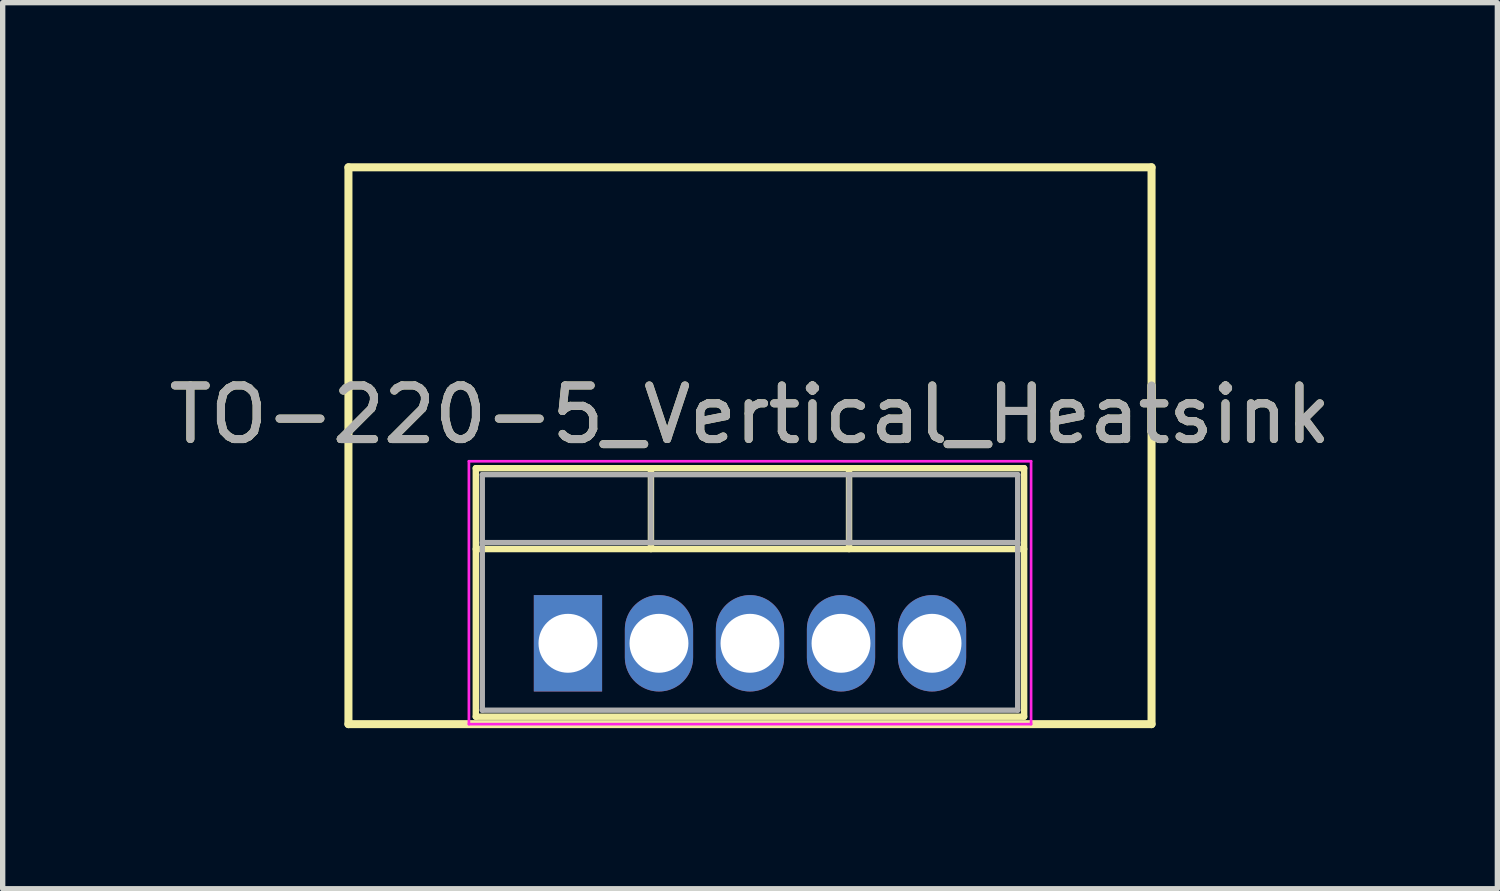
<source format=kicad_pcb>
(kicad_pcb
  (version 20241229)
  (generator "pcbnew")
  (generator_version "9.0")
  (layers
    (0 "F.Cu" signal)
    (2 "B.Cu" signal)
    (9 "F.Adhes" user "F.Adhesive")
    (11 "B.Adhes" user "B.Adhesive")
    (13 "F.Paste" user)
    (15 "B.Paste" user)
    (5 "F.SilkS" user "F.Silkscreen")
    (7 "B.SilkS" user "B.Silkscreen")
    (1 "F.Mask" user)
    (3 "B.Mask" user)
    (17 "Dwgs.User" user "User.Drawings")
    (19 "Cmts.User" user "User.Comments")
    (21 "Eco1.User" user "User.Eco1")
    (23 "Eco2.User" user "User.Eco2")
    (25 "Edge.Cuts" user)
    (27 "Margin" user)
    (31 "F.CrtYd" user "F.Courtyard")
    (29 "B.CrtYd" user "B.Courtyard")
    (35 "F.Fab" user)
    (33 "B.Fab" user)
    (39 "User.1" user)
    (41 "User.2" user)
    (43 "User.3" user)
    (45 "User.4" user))
  (footprint "TO-220-5_Vertical_Heatsink"
    (layer "F.Cu")
    (at 7.558 8.965)
    (property "Reference" "TO-220-5_Vertical_Heatsink" (at 3.4 -4.27 0) (layer "F.SilkS") (effects (font (size 1 1) (thickness 0.15))))
    (attr through_hole)
    (fp_line (start -4.1 -8.89) (end -4.1 1.51) (stroke (width 0.15) (type solid)) (layer "F.SilkS"))
    (fp_line (start -4.1 1.51) (end 10.9 1.51) (stroke (width 0.15) (type solid)) (layer "F.SilkS"))
    (fp_line (start -1.721 -3.27) (end -1.721 1.371) (stroke (width 0.12) (type solid)) (layer "F.SilkS"))
    (fp_line (start -1.721 -3.27) (end 8.52 -3.27) (stroke (width 0.12) (type solid)) (layer "F.SilkS"))
    (fp_line (start -1.721 -1.76) (end 8.52 -1.76) (stroke (width 0.12) (type solid)) (layer "F.SilkS"))
    (fp_line (start -1.721 1.371) (end 8.52 1.371) (stroke (width 0.12) (type solid)) (layer "F.SilkS"))
    (fp_line (start 1.55 -3.27) (end 1.55 -1.76) (stroke (width 0.12) (type solid)) (layer "F.SilkS"))
    (fp_line (start 5.25 -3.27) (end 5.25 -1.76) (stroke (width 0.12) (type solid)) (layer "F.SilkS"))
    (fp_line (start 8.52 -3.27) (end 8.52 1.371) (stroke (width 0.12) (type solid)) (layer "F.SilkS"))
    (fp_line (start 10.9 -8.89) (end -4.1 -8.89) (stroke (width 0.15) (type solid)) (layer "F.SilkS"))
    (fp_line (start 10.9 1.51) (end 10.9 -8.89) (stroke (width 0.15) (type solid)) (layer "F.SilkS"))
    (fp_line (start -1.85 -3.4) (end -1.85 1.51) (stroke (width 0.05) (type solid)) (layer "F.CrtYd"))
    (fp_line (start -1.85 1.51) (end 8.65 1.51) (stroke (width 0.05) (type solid)) (layer "F.CrtYd"))
    (fp_line (start 8.65 -3.4) (end -1.85 -3.4) (stroke (width 0.05) (type solid)) (layer "F.CrtYd"))
    (fp_line (start 8.65 1.51) (end 8.65 -3.4) (stroke (width 0.05) (type solid)) (layer "F.CrtYd"))
    (fp_line (start -1.6 -3.15) (end -1.6 1.25) (stroke (width 0.1) (type solid)) (layer "F.Fab"))
    (fp_line (start -1.6 -1.88) (end 8.4 -1.88) (stroke (width 0.1) (type solid)) (layer "F.Fab"))
    (fp_line (start -1.6 1.25) (end 8.4 1.25) (stroke (width 0.1) (type solid)) (layer "F.Fab"))
    (fp_line (start 1.55 -3.15) (end 1.55 -1.88) (stroke (width 0.1) (type solid)) (layer "F.Fab"))
    (fp_line (start 5.25 -3.15) (end 5.25 -1.88) (stroke (width 0.1) (type solid)) (layer "F.Fab"))
    (fp_line (start 8.4 -3.15) (end -1.6 -3.15) (stroke (width 0.1) (type solid)) (layer "F.Fab"))
    (fp_line (start 8.4 1.25) (end 8.4 -3.15) (stroke (width 0.1) (type solid)) (layer "F.Fab"))
    (fp_text user "${REFERENCE}" (at 3.4 -4.27 0) (layer "F.Fab") (effects (font (size 1 1) (thickness 0.15))))
    (pad "1" thru_hole rect (at 0 0) (size 1.275 1.8) (drill 1.1) (layers "*.Cu" "*.Mask"))
    (pad "2" thru_hole oval (at 1.7 0) (size 1.275 1.8) (drill 1.1) (layers "*.Cu" "*.Mask"))
    (pad "3" thru_hole oval (at 3.4 0) (size 1.275 1.8) (drill 1.1) (layers "*.Cu" "*.Mask"))
    (pad "4" thru_hole oval (at 5.1 0) (size 1.275 1.8) (drill 1.1) (layers "*.Cu" "*.Mask"))
    (pad "5" thru_hole oval (at 6.8 0) (size 1.275 1.8) (drill 1.1) (layers "*.Cu" "*.Mask")))
  (gr_rect
    (start -3 -3)
    (end 24.917 13.55)
    (stroke (width 0.1) (type default))
    (fill no)
    (layer "Edge.Cuts")))
</source>
